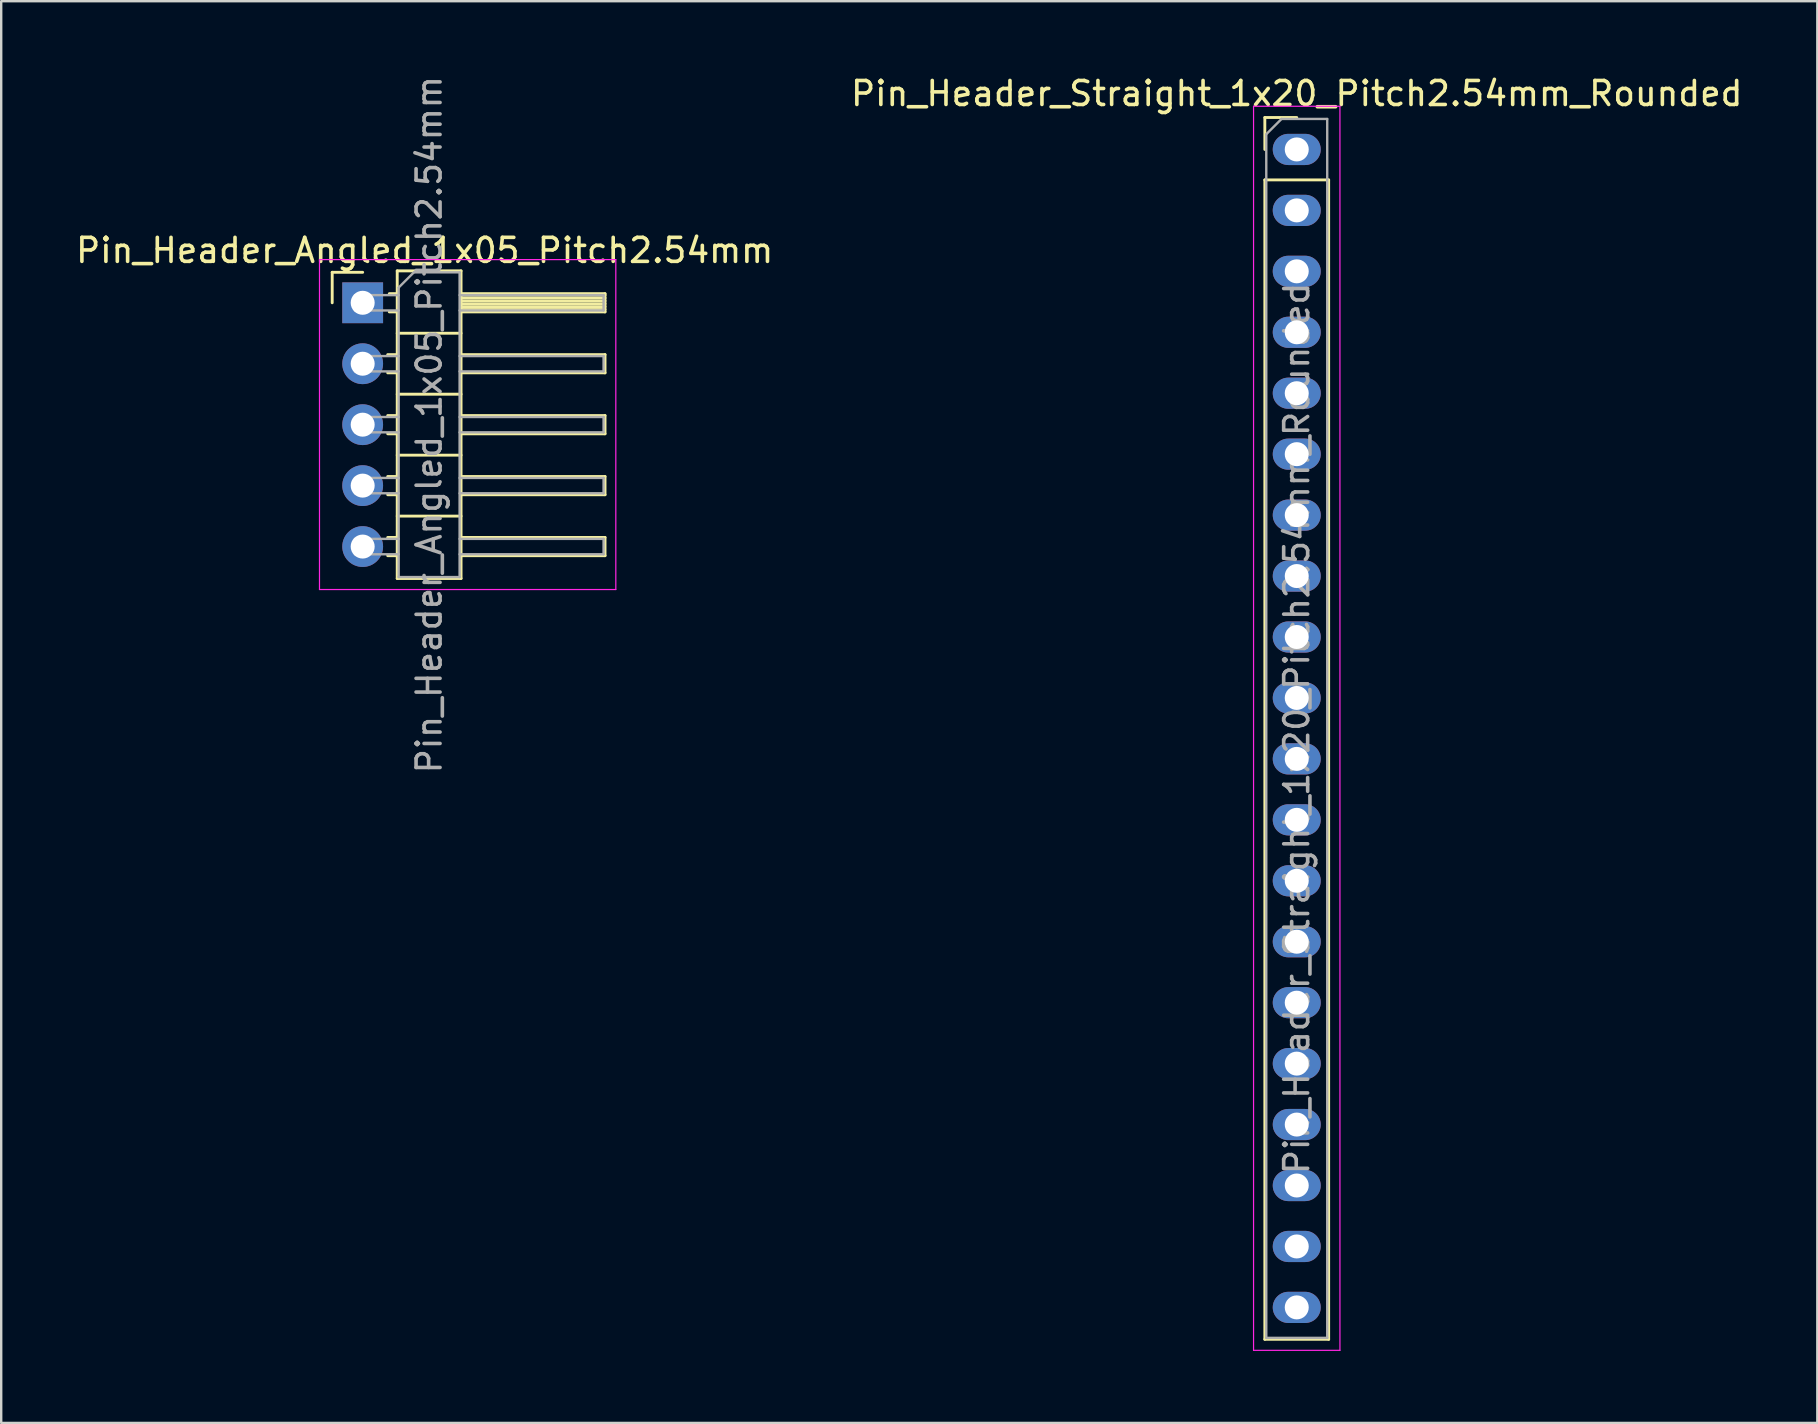
<source format=kicad_pcb>
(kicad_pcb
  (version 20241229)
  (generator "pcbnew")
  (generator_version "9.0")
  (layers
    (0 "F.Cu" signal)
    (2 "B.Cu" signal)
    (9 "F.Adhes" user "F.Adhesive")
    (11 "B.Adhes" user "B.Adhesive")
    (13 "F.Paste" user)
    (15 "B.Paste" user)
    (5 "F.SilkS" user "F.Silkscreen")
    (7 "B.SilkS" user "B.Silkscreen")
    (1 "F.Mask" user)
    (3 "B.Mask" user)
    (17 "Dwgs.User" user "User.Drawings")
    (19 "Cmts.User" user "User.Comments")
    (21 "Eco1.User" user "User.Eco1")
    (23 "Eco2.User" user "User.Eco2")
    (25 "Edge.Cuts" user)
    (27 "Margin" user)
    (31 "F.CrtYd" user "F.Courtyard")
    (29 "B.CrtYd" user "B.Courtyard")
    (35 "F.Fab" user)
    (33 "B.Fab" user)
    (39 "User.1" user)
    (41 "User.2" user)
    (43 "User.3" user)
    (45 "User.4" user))
  (footprint "Pin_Header_Angled_1x05_Pitch2.54mm"
    (layer "F.Cu")
    (at 12.065 9.569)
    (property "Reference" "Pin_Header_Angled_1x05_Pitch2.54mm" (at 2.584 -2.182 0) (layer "F.SilkS") (effects (font (size 1 1) (thickness 0.15))))
    (attr through_hole)
    (fp_line (start -1.27 -1.27) (end 0 -1.27) (stroke (width 0.12) (type solid)) (layer "F.SilkS"))
    (fp_line (start -1.27 0) (end -1.27 -1.27) (stroke (width 0.12) (type solid)) (layer "F.SilkS"))
    (fp_line (start 1.043 2.16) (end 1.44 2.16) (stroke (width 0.12) (type solid)) (layer "F.SilkS"))
    (fp_line (start 1.043 2.92) (end 1.44 2.92) (stroke (width 0.12) (type solid)) (layer "F.SilkS"))
    (fp_line (start 1.043 4.7) (end 1.44 4.7) (stroke (width 0.12) (type solid)) (layer "F.SilkS"))
    (fp_line (start 1.043 5.46) (end 1.44 5.46) (stroke (width 0.12) (type solid)) (layer "F.SilkS"))
    (fp_line (start 1.043 7.24) (end 1.44 7.24) (stroke (width 0.12) (type solid)) (layer "F.SilkS"))
    (fp_line (start 1.043 8) (end 1.44 8) (stroke (width 0.12) (type solid)) (layer "F.SilkS"))
    (fp_line (start 1.043 9.78) (end 1.44 9.78) (stroke (width 0.12) (type solid)) (layer "F.SilkS"))
    (fp_line (start 1.043 10.54) (end 1.44 10.54) (stroke (width 0.12) (type solid)) (layer "F.SilkS"))
    (fp_line (start 1.11 -0.38) (end 1.44 -0.38) (stroke (width 0.12) (type solid)) (layer "F.SilkS"))
    (fp_line (start 1.11 0.38) (end 1.44 0.38) (stroke (width 0.12) (type solid)) (layer "F.SilkS"))
    (fp_line (start 1.44 -1.33) (end 1.44 11.49) (stroke (width 0.12) (type solid)) (layer "F.SilkS"))
    (fp_line (start 1.44 1.27) (end 4.1 1.27) (stroke (width 0.12) (type solid)) (layer "F.SilkS"))
    (fp_line (start 1.44 3.81) (end 4.1 3.81) (stroke (width 0.12) (type solid)) (layer "F.SilkS"))
    (fp_line (start 1.44 8.89) (end 4.1 8.89) (stroke (width 0.12) (type solid)) (layer "F.SilkS"))
    (fp_line (start 1.44 11.49) (end 4.1 11.49) (stroke (width 0.12) (type solid)) (layer "F.SilkS"))
    (fp_line (start 1.44 6.35) (end 4.1 6.35) (stroke (width 0.12) (type solid)) (layer "F.SilkS"))
    (fp_line (start 4.1 -1.33) (end 1.44 -1.33) (stroke (width 0.12) (type solid)) (layer "F.SilkS"))
    (fp_line (start 4.1 -0.38) (end 10.1 -0.38) (stroke (width 0.12) (type solid)) (layer "F.SilkS"))
    (fp_line (start 4.1 -0.32) (end 10.1 -0.32) (stroke (width 0.12) (type solid)) (layer "F.SilkS"))
    (fp_line (start 4.1 -0.2) (end 10.1 -0.2) (stroke (width 0.12) (type solid)) (layer "F.SilkS"))
    (fp_line (start 4.1 -0.08) (end 10.1 -0.08) (stroke (width 0.12) (type solid)) (layer "F.SilkS"))
    (fp_line (start 4.1 0.04) (end 10.1 0.04) (stroke (width 0.12) (type solid)) (layer "F.SilkS"))
    (fp_line (start 4.1 0.16) (end 10.1 0.16) (stroke (width 0.12) (type solid)) (layer "F.SilkS"))
    (fp_line (start 4.1 0.28) (end 10.1 0.28) (stroke (width 0.12) (type solid)) (layer "F.SilkS"))
    (fp_line (start 4.1 2.16) (end 10.1 2.16) (stroke (width 0.12) (type solid)) (layer "F.SilkS"))
    (fp_line (start 4.1 4.7) (end 10.1 4.7) (stroke (width 0.12) (type solid)) (layer "F.SilkS"))
    (fp_line (start 4.1 7.24) (end 10.1 7.24) (stroke (width 0.12) (type solid)) (layer "F.SilkS"))
    (fp_line (start 4.1 9.78) (end 10.1 9.78) (stroke (width 0.12) (type solid)) (layer "F.SilkS"))
    (fp_line (start 4.1 11.49) (end 4.1 -1.33) (stroke (width 0.12) (type solid)) (layer "F.SilkS"))
    (fp_line (start 10.1 0.38) (end 4.1 0.38) (stroke (width 0.12) (type solid)) (layer "F.SilkS"))
    (fp_line (start 10.1 2.16) (end 10.1 2.92) (stroke (width 0.12) (type solid)) (layer "F.SilkS"))
    (fp_line (start 10.1 2.92) (end 4.1 2.92) (stroke (width 0.12) (type solid)) (layer "F.SilkS"))
    (fp_line (start 10.1 5.46) (end 4.1 5.46) (stroke (width 0.12) (type solid)) (layer "F.SilkS"))
    (fp_line (start 10.1 7.24) (end 10.1 8) (stroke (width 0.12) (type solid)) (layer "F.SilkS"))
    (fp_line (start 10.1 8) (end 4.1 8) (stroke (width 0.12) (type solid)) (layer "F.SilkS"))
    (fp_line (start 10.1 10.54) (end 4.1 10.54) (stroke (width 0.12) (type solid)) (layer "F.SilkS"))
    (fp_line (start 10.1 -0.38) (end 10.1 0.38) (stroke (width 0.12) (type solid)) (layer "F.SilkS"))
    (fp_line (start 10.1 4.7) (end 10.1 5.46) (stroke (width 0.12) (type solid)) (layer "F.SilkS"))
    (fp_line (start 10.1 9.78) (end 10.1 10.54) (stroke (width 0.12) (type solid)) (layer "F.SilkS"))
    (fp_line (start -1.8 -1.8) (end -1.8 11.95) (stroke (width 0.05) (type solid)) (layer "F.CrtYd"))
    (fp_line (start -1.8 11.95) (end 10.55 11.95) (stroke (width 0.05) (type solid)) (layer "F.CrtYd"))
    (fp_line (start 10.55 -1.8) (end -1.8 -1.8) (stroke (width 0.05) (type solid)) (layer "F.CrtYd"))
    (fp_line (start 10.55 11.95) (end 10.55 -1.8) (stroke (width 0.05) (type solid)) (layer "F.CrtYd"))
    (fp_line (start -0.32 -0.32) (end -0.32 0.32) (stroke (width 0.1) (type solid)) (layer "F.Fab"))
    (fp_line (start -0.32 -0.32) (end 1.5 -0.32) (stroke (width 0.1) (type solid)) (layer "F.Fab"))
    (fp_line (start -0.32 0.32) (end 1.5 0.32) (stroke (width 0.1) (type solid)) (layer "F.Fab"))
    (fp_line (start -0.32 2.22) (end -0.32 2.86) (stroke (width 0.1) (type solid)) (layer "F.Fab"))
    (fp_line (start -0.32 2.22) (end 1.5 2.22) (stroke (width 0.1) (type solid)) (layer "F.Fab"))
    (fp_line (start -0.32 2.86) (end 1.5 2.86) (stroke (width 0.1) (type solid)) (layer "F.Fab"))
    (fp_line (start -0.32 4.76) (end -0.32 5.4) (stroke (width 0.1) (type solid)) (layer "F.Fab"))
    (fp_line (start -0.32 4.76) (end 1.5 4.76) (stroke (width 0.1) (type solid)) (layer "F.Fab"))
    (fp_line (start -0.32 5.4) (end 1.5 5.4) (stroke (width 0.1) (type solid)) (layer "F.Fab"))
    (fp_line (start -0.32 7.3) (end -0.32 7.94) (stroke (width 0.1) (type solid)) (layer "F.Fab"))
    (fp_line (start -0.32 7.3) (end 1.5 7.3) (stroke (width 0.1) (type solid)) (layer "F.Fab"))
    (fp_line (start -0.32 7.94) (end 1.5 7.94) (stroke (width 0.1) (type solid)) (layer "F.Fab"))
    (fp_line (start -0.32 9.84) (end -0.32 10.48) (stroke (width 0.1) (type solid)) (layer "F.Fab"))
    (fp_line (start -0.32 9.84) (end 1.5 9.84) (stroke (width 0.1) (type solid)) (layer "F.Fab"))
    (fp_line (start -0.32 10.48) (end 1.5 10.48) (stroke (width 0.1) (type solid)) (layer "F.Fab"))
    (fp_line (start 1.5 -0.635) (end 2.135 -1.27) (stroke (width 0.1) (type solid)) (layer "F.Fab"))
    (fp_line (start 1.5 11.43) (end 1.5 -0.635) (stroke (width 0.1) (type solid)) (layer "F.Fab"))
    (fp_line (start 2.135 -1.27) (end 4.04 -1.27) (stroke (width 0.1) (type solid)) (layer "F.Fab"))
    (fp_line (start 4.04 -1.27) (end 4.04 11.43) (stroke (width 0.1) (type solid)) (layer "F.Fab"))
    (fp_line (start 4.04 -0.32) (end 10.04 -0.32) (stroke (width 0.1) (type solid)) (layer "F.Fab"))
    (fp_line (start 4.04 0.32) (end 10.04 0.32) (stroke (width 0.1) (type solid)) (layer "F.Fab"))
    (fp_line (start 4.04 2.86) (end 10.04 2.86) (stroke (width 0.1) (type solid)) (layer "F.Fab"))
    (fp_line (start 4.04 4.76) (end 10.04 4.76) (stroke (width 0.1) (type solid)) (layer "F.Fab"))
    (fp_line (start 4.04 5.4) (end 10.04 5.4) (stroke (width 0.1) (type solid)) (layer "F.Fab"))
    (fp_line (start 4.04 7.94) (end 10.04 7.94) (stroke (width 0.1) (type solid)) (layer "F.Fab"))
    (fp_line (start 4.04 9.84) (end 10.04 9.84) (stroke (width 0.1) (type solid)) (layer "F.Fab"))
    (fp_line (start 4.04 10.48) (end 10.04 10.48) (stroke (width 0.1) (type solid)) (layer "F.Fab"))
    (fp_line (start 4.04 2.22) (end 10.04 2.22) (stroke (width 0.1) (type solid)) (layer "F.Fab"))
    (fp_line (start 4.04 7.3) (end 10.04 7.3) (stroke (width 0.1) (type solid)) (layer "F.Fab"))
    (fp_line (start 4.04 11.43) (end 1.5 11.43) (stroke (width 0.1) (type solid)) (layer "F.Fab"))
    (fp_line (start 10.04 -0.32) (end 10.04 0.32) (stroke (width 0.1) (type solid)) (layer "F.Fab"))
    (fp_line (start 10.04 2.22) (end 10.04 2.86) (stroke (width 0.1) (type solid)) (layer "F.Fab"))
    (fp_line (start 10.04 4.76) (end 10.04 5.4) (stroke (width 0.1) (type solid)) (layer "F.Fab"))
    (fp_line (start 10.04 7.3) (end 10.04 7.94) (stroke (width 0.1) (type solid)) (layer "F.Fab"))
    (fp_line (start 10.04 9.84) (end 10.04 10.48) (stroke (width 0.1) (type solid)) (layer "F.Fab"))
    (fp_text user "${REFERENCE}" (at 2.77 5.08 90) (layer "F.Fab") (effects (font (size 1 1) (thickness 0.15))))
    (pad "1" thru_hole rect (at 0 0) (size 1.7 1.7) (drill 1) (layers "*.Cu" "*.Mask"))
    (pad "2" thru_hole oval (at 0 2.54) (size 1.7 1.7) (drill 1) (layers "*.Cu" "*.Mask"))
    (pad "3" thru_hole oval (at 0 5.08) (size 1.7 1.7) (drill 1) (layers "*.Cu" "*.Mask"))
    (pad "4" thru_hole oval (at 0 7.62) (size 1.7 1.7) (drill 1) (layers "*.Cu" "*.Mask"))
    (pad "5" thru_hole oval (at 0 10.16) (size 1.7 1.7) (drill 1) (layers "*.Cu" "*.Mask")))
  (footprint "Pin_Header_Straight_1x20_Pitch2.54mm_Rounded"
    (layer "F.Cu")
    (at 50.994 3.178)
    (property "Reference" "Pin_Header_Straight_1x20_Pitch2.54mm_Rounded" (at 0 -2.33 0) (layer "F.SilkS") (effects (font (size 1 1) (thickness 0.15))))
    (attr through_hole)
    (fp_line (start -1.33 -1.33) (end 0 -1.33) (stroke (width 0.12) (type solid)) (layer "F.SilkS"))
    (fp_line (start -1.33 0) (end -1.33 -1.33) (stroke (width 0.12) (type solid)) (layer "F.SilkS"))
    (fp_line (start -1.33 1.27) (end -1.33 49.59) (stroke (width 0.12) (type solid)) (layer "F.SilkS"))
    (fp_line (start -1.33 1.27) (end 1.33 1.27) (stroke (width 0.12) (type solid)) (layer "F.SilkS"))
    (fp_line (start -1.33 49.59) (end 1.33 49.59) (stroke (width 0.12) (type solid)) (layer "F.SilkS"))
    (fp_line (start 1.33 1.27) (end 1.33 49.59) (stroke (width 0.12) (type solid)) (layer "F.SilkS"))
    (fp_line (start -1.8 -1.8) (end -1.8 50.05) (stroke (width 0.05) (type solid)) (layer "F.CrtYd"))
    (fp_line (start -1.8 50.05) (end 1.8 50.05) (stroke (width 0.05) (type solid)) (layer "F.CrtYd"))
    (fp_line (start 1.8 -1.8) (end -1.8 -1.8) (stroke (width 0.05) (type solid)) (layer "F.CrtYd"))
    (fp_line (start 1.8 50.05) (end 1.8 -1.8) (stroke (width 0.05) (type solid)) (layer "F.CrtYd"))
    (fp_line (start -1.27 -0.635) (end -0.635 -1.27) (stroke (width 0.1) (type solid)) (layer "F.Fab"))
    (fp_line (start -1.27 49.53) (end -1.27 -0.635) (stroke (width 0.1) (type solid)) (layer "F.Fab"))
    (fp_line (start -0.635 -1.27) (end 1.27 -1.27) (stroke (width 0.1) (type solid)) (layer "F.Fab"))
    (fp_line (start 1.27 -1.27) (end 1.27 49.53) (stroke (width 0.1) (type solid)) (layer "F.Fab"))
    (fp_line (start 1.27 49.53) (end -1.27 49.53) (stroke (width 0.1) (type solid)) (layer "F.Fab"))
    (fp_text user "${REFERENCE}" (at 0 24.13 90) (layer "F.Fab") (effects (font (size 1 1) (thickness 0.15))))
    (pad "1" thru_hole oval (at 0 0) (size 2 1.3) (drill 1) (layers "*.Cu" "*.Mask"))
    (pad "2" thru_hole oval (at 0 2.54) (size 2 1.3) (drill 1) (layers "*.Cu" "*.Mask"))
    (pad "3" thru_hole oval (at 0 5.08) (size 2 1.3) (drill 1) (layers "*.Cu" "*.Mask"))
    (pad "4" thru_hole oval (at 0 7.62) (size 2 1.3) (drill 1) (layers "*.Cu" "*.Mask"))
    (pad "5" thru_hole oval (at 0 10.16) (size 2 1.3) (drill 1) (layers "*.Cu" "*.Mask"))
    (pad "6" thru_hole oval (at 0 12.7) (size 2 1.3) (drill 1) (layers "*.Cu" "*.Mask"))
    (pad "7" thru_hole oval (at 0 15.24) (size 2 1.3) (drill 1) (layers "*.Cu" "*.Mask"))
    (pad "8" thru_hole oval (at 0 17.78) (size 2 1.3) (drill 1) (layers "*.Cu" "*.Mask"))
    (pad "9" thru_hole oval (at 0 20.32) (size 2 1.3) (drill 1) (layers "*.Cu" "*.Mask"))
    (pad "10" thru_hole oval (at 0 22.86) (size 2 1.3) (drill 1) (layers "*.Cu" "*.Mask"))
    (pad "11" thru_hole oval (at 0 25.4) (size 2 1.3) (drill 1) (layers "*.Cu" "*.Mask"))
    (pad "12" thru_hole oval (at 0 27.94) (size 2 1.3) (drill 1) (layers "*.Cu" "*.Mask"))
    (pad "13" thru_hole oval (at 0 30.48) (size 2 1.3) (drill 1) (layers "*.Cu" "*.Mask"))
    (pad "14" thru_hole oval (at 0 33.02) (size 2 1.3) (drill 1) (layers "*.Cu" "*.Mask"))
    (pad "15" thru_hole oval (at 0 35.56) (size 2 1.3) (drill 1) (layers "*.Cu" "*.Mask"))
    (pad "16" thru_hole oval (at 0 38.1) (size 2 1.3) (drill 1) (layers "*.Cu" "*.Mask"))
    (pad "17" thru_hole oval (at 0 40.64) (size 2 1.3) (drill 1) (layers "*.Cu" "*.Mask"))
    (pad "18" thru_hole oval (at 0 43.18) (size 2 1.3) (drill 1) (layers "*.Cu" "*.Mask"))
    (pad "19" thru_hole oval (at 0 45.72) (size 2 1.3) (drill 1) (layers "*.Cu" "*.Mask"))
    (pad "20" thru_hole oval (at 0 48.26) (size 2 1.3) (drill 1) (layers "*.Cu" "*.Mask")))
  (gr_rect
    (start -3 -3)
    (end 72.69 56.253)
    (stroke (width 0.1) (type default))
    (fill no)
    (layer "Edge.Cuts")))
</source>
